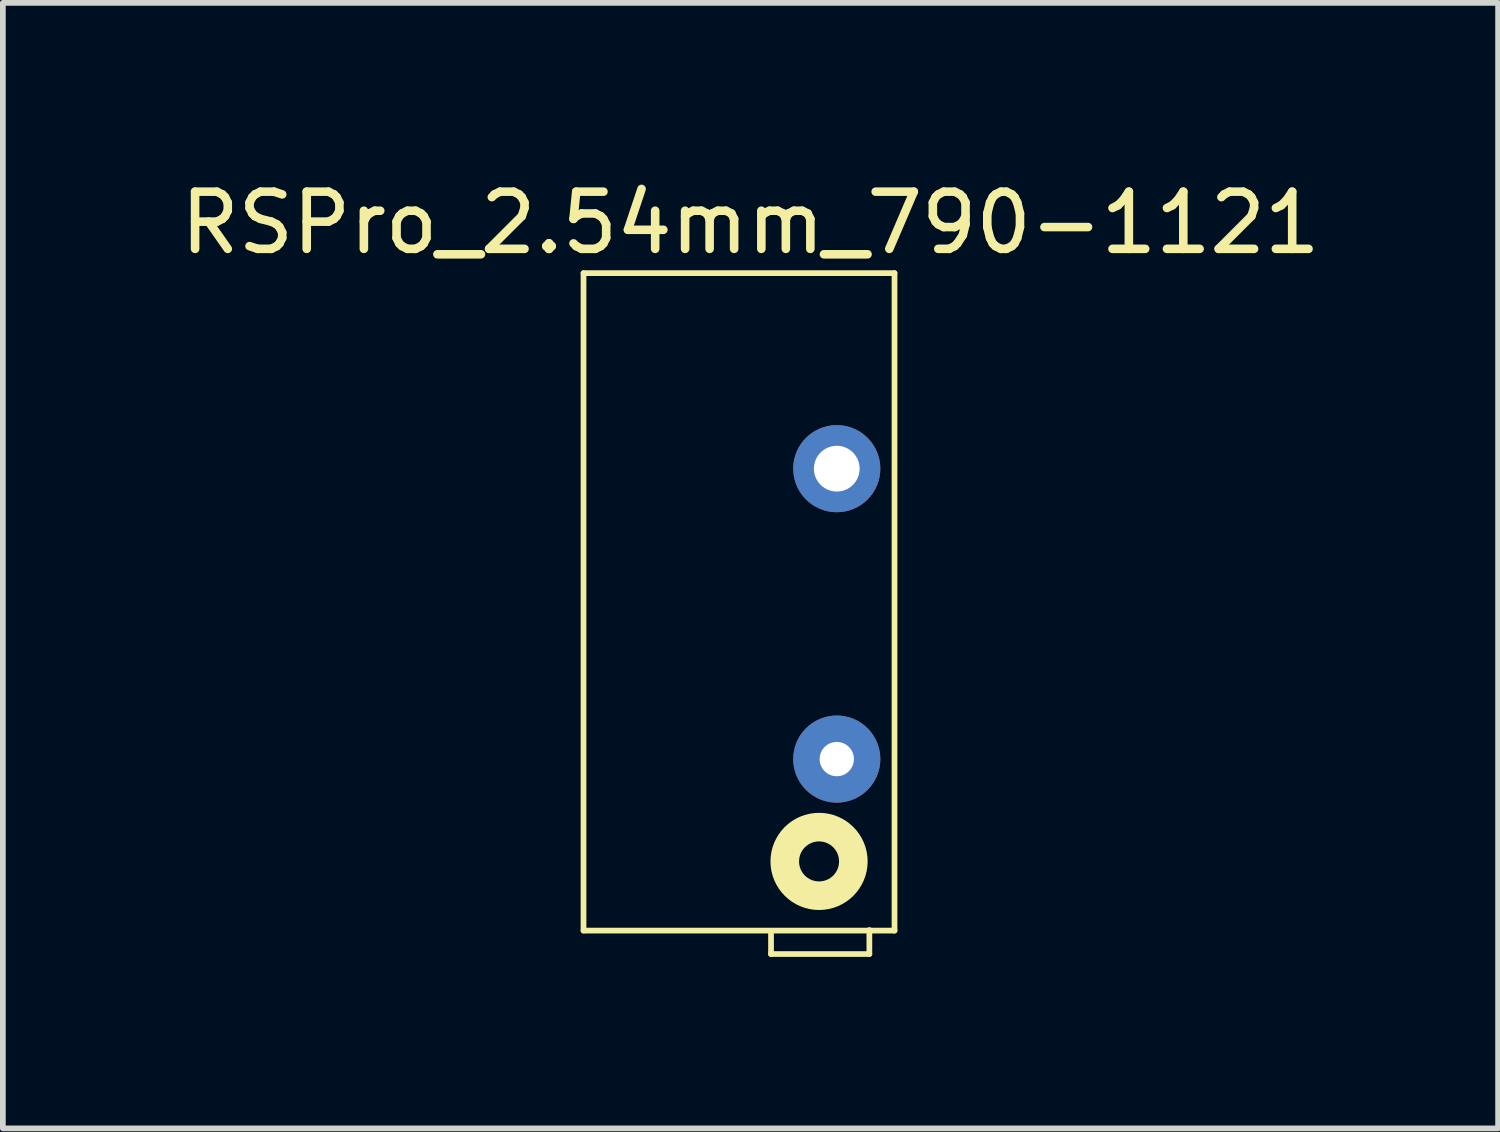
<source format=kicad_pcb>
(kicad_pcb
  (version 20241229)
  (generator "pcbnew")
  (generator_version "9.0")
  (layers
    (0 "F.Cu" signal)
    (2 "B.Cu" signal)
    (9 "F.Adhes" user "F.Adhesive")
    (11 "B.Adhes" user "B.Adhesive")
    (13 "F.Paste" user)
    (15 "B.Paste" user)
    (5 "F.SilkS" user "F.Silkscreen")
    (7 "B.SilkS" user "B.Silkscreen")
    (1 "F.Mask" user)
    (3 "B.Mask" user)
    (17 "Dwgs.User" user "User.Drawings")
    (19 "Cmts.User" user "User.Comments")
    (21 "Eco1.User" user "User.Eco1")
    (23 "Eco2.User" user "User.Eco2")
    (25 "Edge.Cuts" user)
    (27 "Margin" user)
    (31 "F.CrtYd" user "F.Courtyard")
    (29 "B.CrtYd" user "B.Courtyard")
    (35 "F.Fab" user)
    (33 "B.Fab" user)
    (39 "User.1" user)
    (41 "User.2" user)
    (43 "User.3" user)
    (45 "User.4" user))
  (footprint "RSPro_2.54mm_790-1121"
    (layer "F.Cu")
    (at 7.047 13.228)
    (property "Reference" "RSPro_2.54mm_790-1121" (at 3.03 -12.38 0) (layer "F.SilkS") (effects (font (size 1 1) (thickness 0.15))))
    (attr through_hole)
    (fp_line (start 0.11 -11.5) (end 0.11 0) (stroke (width 0.1) (type solid)) (layer "F.SilkS"))
    (fp_line (start 0.11 0) (end 5.55 0) (stroke (width 0.1) (type solid)) (layer "F.SilkS"))
    (fp_line (start 3.39 0.41) (end 3.39 0.01) (stroke (width 0.1) (type solid)) (layer "F.SilkS"))
    (fp_line (start 5.11 -0.01) (end 5.11 0.41) (stroke (width 0.1) (type solid)) (layer "F.SilkS"))
    (fp_line (start 5.11 0.41) (end 3.39 0.41) (stroke (width 0.1) (type solid)) (layer "F.SilkS"))
    (fp_line (start 5.55 -11.5) (end 0.11 -11.5) (stroke (width 0.1) (type solid)) (layer "F.SilkS"))
    (fp_line (start 5.55 0) (end 5.55 -11.5) (stroke (width 0.1) (type solid)) (layer "F.SilkS"))
    (fp_circle (center 4.23 -1.21) (end 4.75 -1.509) (stroke (width 0.5) (type solid)) (fill no) (layer "F.SilkS"))
    (pad "1" thru_hole circle (at 4.54 -3) (size 1.524 1.524) (drill 0.6) (layers "*.Cu" "*.Mask"))
    (pad "2" thru_hole circle (at 4.54 -8.08) (size 1.524 1.524) (drill 0.8) (layers "*.Cu" "*.Mask")))
  (gr_rect
    (start -3 -3)
    (end 23.155 16.688)
    (stroke (width 0.1) (type default))
    (fill no)
    (layer "Edge.Cuts")))
</source>
